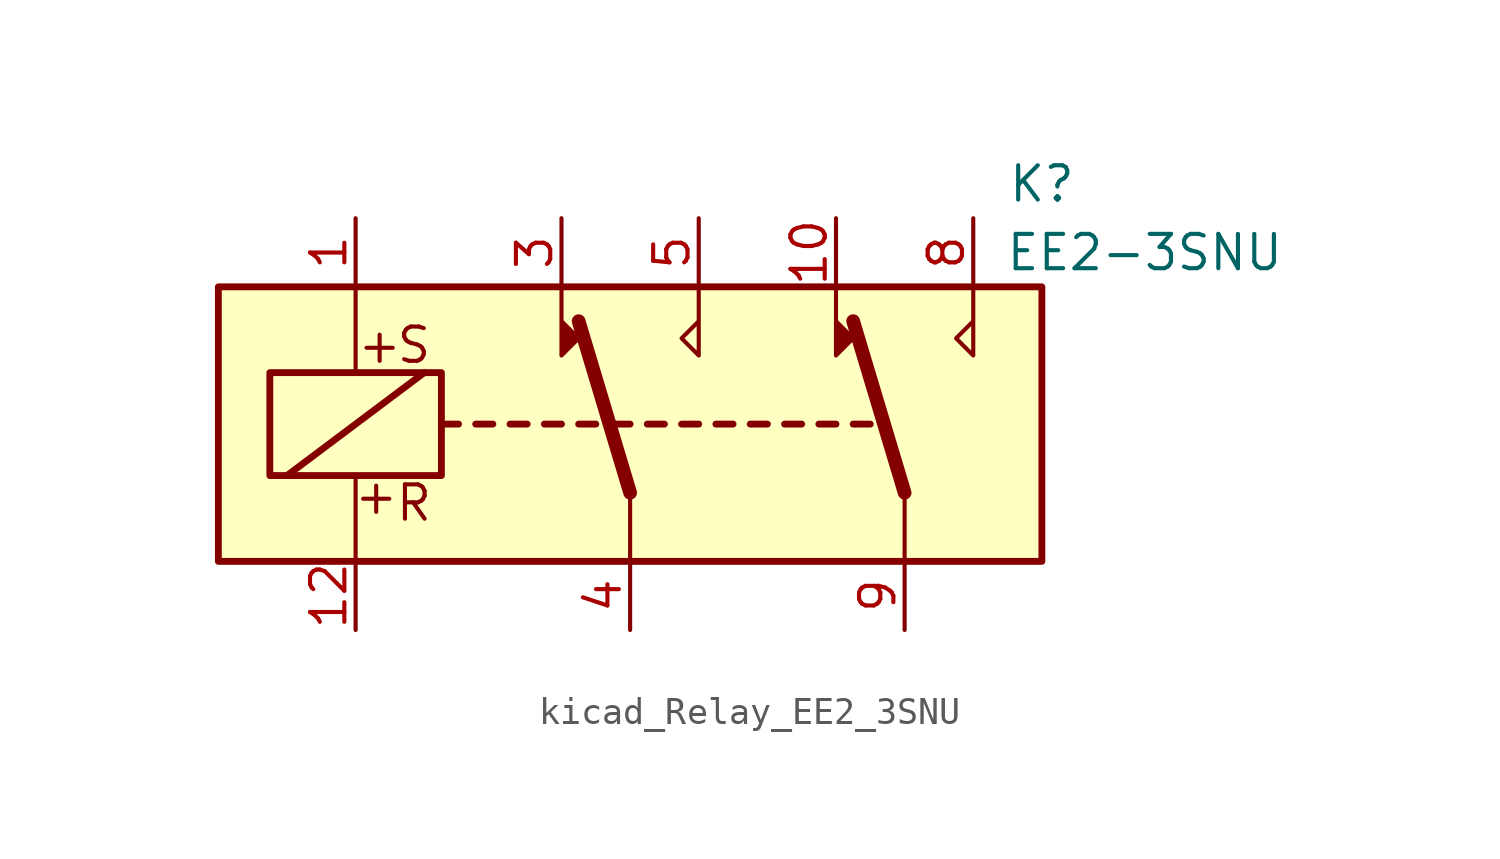
<source format=kicad_sym>
(kicad_symbol_lib
  (version 20220914)
  (generator kicad_symbol_editor)
  (symbol "kicad_Relay_EE2_3SNU"
    (property "Reference" "K"
      (at 15.24 8.89 0)
      (effects (font (size 1.27 1.27))))
    (property "Value" "EE2-3SNU"
      (at 19.05 6.35 0)
      (effects (font (size 1.27 1.27))))
    (symbol "kicad_Relay_EE2_3SNU_1_1"
      (rectangle (start -15.24 5.08) (end 15.24 -5.08) (stroke (width 0.254) (type default)) (fill (type background)))
      (rectangle (start -13.335 1.905) (end -6.985 -1.905) (stroke (width 0.254) (type default)) (fill (type none)))
      (polyline (pts (xy -12.7 -1.905) (xy -7.62 1.905)) (stroke (width 0.254) (type default)) (fill (type none)))
      (polyline (pts (xy -10.16 -5.08) (xy -10.16 -1.905)) (stroke (width 0) (type default)) (fill (type none)))
      (polyline (pts (xy -10.16 5.08) (xy -10.16 1.905)) (stroke (width 0) (type default)) (fill (type none)))
      (polyline (pts (xy -6.985 0) (xy -6.35 0)) (stroke (width 0.254) (type default)) (fill (type none)))
      (polyline (pts (xy -5.715 0) (xy -5.08 0)) (stroke (width 0.254) (type default)) (fill (type none)))
      (polyline (pts (xy -4.445 0) (xy -3.81 0)) (stroke (width 0.254) (type default)) (fill (type none)))
      (polyline (pts (xy -3.175 0) (xy -2.54 0)) (stroke (width 0.254) (type default)) (fill (type none)))
      (polyline (pts (xy -1.905 0) (xy -1.27 0)) (stroke (width 0.254) (type default)) (fill (type none)))
      (polyline (pts (xy -0.635 0) (xy 0 0)) (stroke (width 0.254) (type default)) (fill (type none)))
      (polyline (pts (xy 0 -2.54) (xy -1.905 3.81)) (stroke (width 0.508) (type default)) (fill (type none)))
      (polyline (pts (xy 0 -2.54) (xy 0 -5.08)) (stroke (width 0) (type default)) (fill (type none)))
      (polyline (pts (xy 0.635 0) (xy 1.27 0)) (stroke (width 0.254) (type default)) (fill (type none)))
      (polyline (pts (xy 1.905 0) (xy 2.54 0)) (stroke (width 0.254) (type default)) (fill (type none)))
      (polyline (pts (xy 3.175 0) (xy 3.81 0)) (stroke (width 0.254) (type default)) (fill (type none)))
      (polyline (pts (xy 4.445 0) (xy 5.08 0)) (stroke (width 0.254) (type default)) (fill (type none)))
      (polyline (pts (xy 5.715 0) (xy 6.35 0)) (stroke (width 0.254) (type default)) (fill (type none)))
      (polyline (pts (xy 6.985 0) (xy 7.62 0)) (stroke (width 0.254) (type default)) (fill (type none)))
      (polyline (pts (xy 8.255 0) (xy 8.89 0)) (stroke (width 0.254) (type default)) (fill (type none)))
      (polyline (pts (xy 10.16 -2.54) (xy 8.255 3.81)) (stroke (width 0.508) (type default)) (fill (type none)))
      (polyline (pts (xy 10.16 -2.54) (xy 10.16 -5.08)) (stroke (width 0) (type default)) (fill (type none)))
      (polyline (pts (xy -2.54 5.08) (xy -2.54 2.54) (xy -1.905 3.175) (xy -2.54 3.81)) (stroke (width 0) (type default)) (fill (type outline)))
      (polyline (pts (xy 2.54 5.08) (xy 2.54 2.54) (xy 1.905 3.175) (xy 2.54 3.81)) (stroke (width 0) (type default)) (fill (type none)))
      (polyline (pts (xy 7.62 5.08) (xy 7.62 2.54) (xy 8.255 3.175) (xy 7.62 3.81)) (stroke (width 0) (type default)) (fill (type outline)))
      (polyline (pts (xy 12.7 5.08) (xy 12.7 2.54) (xy 12.065 3.175) (xy 12.7 3.81)) (stroke (width 0) (type default)) (fill (type none)))
      (text "+" (at -9.398 -2.667 0) (effects (font (size 1.27 1.27))))
      (text "+" (at -9.271 2.921 0) (effects (font (size 1.27 1.27))))
      (text "R" (at -8.001 -2.921 0) (effects (font (size 1.27 1.27))))
      (text "S" (at -8.001 2.921 0) (effects (font (size 1.27 1.27))))
      (pin passive line (at -10.16 7.62 270) (length 2.54) (name "~" (effects (font (size 1.27 1.27)))) (number "1" (effects (font (size 1.27 1.27)))))
      (pin passive line (at 7.62 7.62 270) (length 2.54) (name "~" (effects (font (size 1.27 1.27)))) (number "10" (effects (font (size 1.27 1.27)))))
      (pin passive line (at -10.16 -7.62 90) (length 2.54) (name "~" (effects (font (size 1.27 1.27)))) (number "12" (effects (font (size 1.27 1.27)))))
      (pin passive line (at -2.54 7.62 270) (length 2.54) (name "~" (effects (font (size 1.27 1.27)))) (number "3" (effects (font (size 1.27 1.27)))))
      (pin passive line (at 0 -7.62 90) (length 2.54) (name "~" (effects (font (size 1.27 1.27)))) (number "4" (effects (font (size 1.27 1.27)))))
      (pin passive line (at 2.54 7.62 270) (length 2.54) (name "~" (effects (font (size 1.27 1.27)))) (number "5" (effects (font (size 1.27 1.27)))))
      (pin passive line (at 12.7 7.62 270) (length 2.54) (name "~" (effects (font (size 1.27 1.27)))) (number "8" (effects (font (size 1.27 1.27)))))
      (pin passive line (at 10.16 -7.62 90) (length 2.54) (name "~" (effects (font (size 1.27 1.27)))) (number "9" (effects (font (size 1.27 1.27))))))))
</source>
